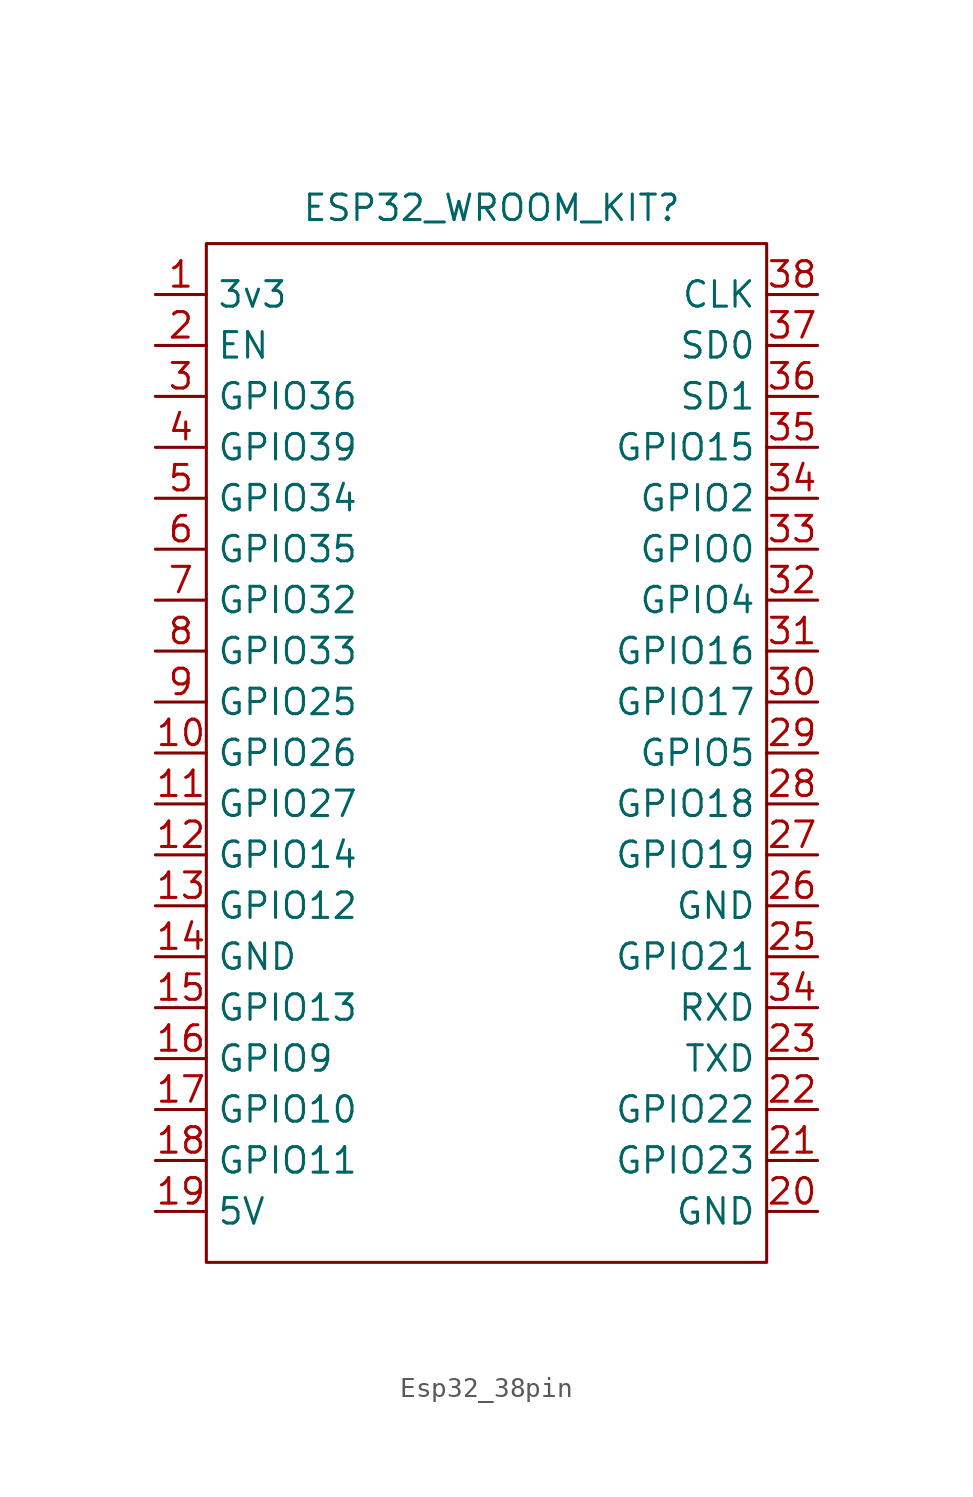
<source format=kicad_sym>
(kicad_symbol_lib
  (version 20231120)
  (generator "kicad_symbol_editor")
  (generator_version "8.0")
  (symbol "Esp32_38pin"
    (property "Reference" "ESP32_WROOM_KIT"
      (at 0.254 14.478 0)
      (effects (font (size 1.27 1.27))))
    (property "Value" ""
      (at 0 0 0)
      (effects (font (size 1.27 1.27))))
    (symbol "Esp32_38pin_0_1"
      (rectangle (start -13.97 12.7) (end 13.97 -38.1) (stroke (width 0) (type default)) (fill (type none))))
    (symbol "Esp32_38pin_1_1"
      (pin power_in line (at -16.51 10.16 0) (length 2.54) (name "3v3" (effects (font (size 1.27 1.27)))) (number "1" (effects (font (size 1.27 1.27)))))
      (pin bidirectional line (at -16.51 -12.7 0) (length 2.54) (name "GPIO26" (effects (font (size 1.27 1.27)))) (number "10" (effects (font (size 1.27 1.27)))))
      (pin bidirectional line (at -16.51 -15.24 0) (length 2.54) (name "GPIO27" (effects (font (size 1.27 1.27)))) (number "11" (effects (font (size 1.27 1.27)))))
      (pin bidirectional line (at -16.51 -17.78 0) (length 2.54) (name "GPIO14" (effects (font (size 1.27 1.27)))) (number "12" (effects (font (size 1.27 1.27)))))
      (pin bidirectional line (at -16.51 -20.32 0) (length 2.54) (name "GPIO12" (effects (font (size 1.27 1.27)))) (number "13" (effects (font (size 1.27 1.27)))))
      (pin power_out line (at -16.51 -22.86 0) (length 2.54) (name "GND" (effects (font (size 1.27 1.27)))) (number "14" (effects (font (size 1.27 1.27)))))
      (pin bidirectional line (at -16.51 -25.4 0) (length 2.54) (name "GPIO13" (effects (font (size 1.27 1.27)))) (number "15" (effects (font (size 1.27 1.27)))))
      (pin bidirectional line (at -16.51 -27.94 0) (length 2.54) (name "GPIO9" (effects (font (size 1.27 1.27)))) (number "16" (effects (font (size 1.27 1.27)))))
      (pin bidirectional line (at -16.51 -30.48 0) (length 2.54) (name "GPIO10" (effects (font (size 1.27 1.27)))) (number "17" (effects (font (size 1.27 1.27)))))
      (pin bidirectional line (at -16.51 -33.02 0) (length 2.54) (name "GPIO11" (effects (font (size 1.27 1.27)))) (number "18" (effects (font (size 1.27 1.27)))))
      (pin power_in line (at -16.51 -35.56 0) (length 2.54) (name "5V" (effects (font (size 1.27 1.27)))) (number "19" (effects (font (size 1.27 1.27)))))
      (pin unspecified line (at -16.51 7.62 0) (length 2.54) (name "EN" (effects (font (size 1.27 1.27)))) (number "2" (effects (font (size 1.27 1.27)))))
      (pin bidirectional line (at 16.51 -35.56 180) (length 2.54) (name "GND" (effects (font (size 1.27 1.27)))) (number "20" (effects (font (size 1.27 1.27)))))
      (pin bidirectional line (at 16.51 -33.02 180) (length 2.54) (name "GPIO23" (effects (font (size 1.27 1.27)))) (number "21" (effects (font (size 1.27 1.27)))))
      (pin bidirectional line (at 16.51 -30.48 180) (length 2.54) (name "GPIO22" (effects (font (size 1.27 1.27)))) (number "22" (effects (font (size 1.27 1.27)))))
      (pin bidirectional line (at 16.51 -27.94 180) (length 2.54) (name "TXD" (effects (font (size 1.27 1.27)))) (number "23" (effects (font (size 1.27 1.27)))))
      (pin bidirectional line (at 16.51 -22.86 180) (length 2.54) (name "GPIO21" (effects (font (size 1.27 1.27)))) (number "25" (effects (font (size 1.27 1.27)))))
      (pin bidirectional line (at 16.51 -20.32 180) (length 2.54) (name "GND" (effects (font (size 1.27 1.27)))) (number "26" (effects (font (size 1.27 1.27)))))
      (pin bidirectional line (at 16.51 -17.78 180) (length 2.54) (name "GPIO19" (effects (font (size 1.27 1.27)))) (number "27" (effects (font (size 1.27 1.27)))))
      (pin bidirectional line (at 16.51 -15.24 180) (length 2.54) (name "GPIO18" (effects (font (size 1.27 1.27)))) (number "28" (effects (font (size 1.27 1.27)))))
      (pin bidirectional line (at 16.51 -12.7 180) (length 2.54) (name "GPIO5" (effects (font (size 1.27 1.27)))) (number "29" (effects (font (size 1.27 1.27)))))
      (pin input line (at -16.51 5.08 0) (length 2.54) (name "GPIO36" (effects (font (size 1.27 1.27)))) (number "3" (effects (font (size 1.27 1.27)))))
      (pin bidirectional line (at 16.51 -10.16 180) (length 2.54) (name "GPIO17" (effects (font (size 1.27 1.27)))) (number "30" (effects (font (size 1.27 1.27)))))
      (pin bidirectional line (at 16.51 -7.62 180) (length 2.54) (name "GPIO16" (effects (font (size 1.27 1.27)))) (number "31" (effects (font (size 1.27 1.27)))))
      (pin power_out line (at 16.51 -5.08 180) (length 2.54) (name "GPIO4" (effects (font (size 1.27 1.27)))) (number "32" (effects (font (size 1.27 1.27)))))
      (pin bidirectional line (at 16.51 -2.54 180) (length 2.54) (name "GPIO0" (effects (font (size 1.27 1.27)))) (number "33" (effects (font (size 1.27 1.27)))))
      (pin bidirectional line (at 16.51 0 180) (length 2.54) (name "GPIO2" (effects (font (size 1.27 1.27)))) (number "34" (effects (font (size 1.27 1.27)))))
      (pin bidirectional line (at 16.51 -25.4 180) (length 2.54) (name "RXD" (effects (font (size 1.27 1.27)))) (number "34" (effects (font (size 1.27 1.27)))))
      (pin bidirectional line (at 16.51 2.54 180) (length 2.54) (name "GPIO15" (effects (font (size 1.27 1.27)))) (number "35" (effects (font (size 1.27 1.27)))))
      (pin bidirectional line (at 16.51 5.08 180) (length 2.54) (name "SD1" (effects (font (size 1.27 1.27)))) (number "36" (effects (font (size 1.27 1.27)))))
      (pin bidirectional line (at 16.51 7.62 180) (length 2.54) (name "SD0" (effects (font (size 1.27 1.27)))) (number "37" (effects (font (size 1.27 1.27)))))
      (pin power_out line (at 16.51 10.16 180) (length 2.54) (name "CLK" (effects (font (size 1.27 1.27)))) (number "38" (effects (font (size 1.27 1.27)))))
      (pin input line (at -16.51 2.54 0) (length 2.54) (name "GPIO39" (effects (font (size 1.27 1.27)))) (number "4" (effects (font (size 1.27 1.27)))))
      (pin input line (at -16.51 0 0) (length 2.54) (name "GPIO34" (effects (font (size 1.27 1.27)))) (number "5" (effects (font (size 1.27 1.27)))))
      (pin input line (at -16.51 -2.54 0) (length 2.54) (name "GPIO35" (effects (font (size 1.27 1.27)))) (number "6" (effects (font (size 1.27 1.27)))))
      (pin bidirectional line (at -16.51 -5.08 0) (length 2.54) (name "GPIO32" (effects (font (size 1.27 1.27)))) (number "7" (effects (font (size 1.27 1.27)))))
      (pin bidirectional line (at -16.51 -7.62 0) (length 2.54) (name "GPIO33" (effects (font (size 1.27 1.27)))) (number "8" (effects (font (size 1.27 1.27)))))
      (pin bidirectional line (at -16.51 -10.16 0) (length 2.54) (name "GPIO25" (effects (font (size 1.27 1.27)))) (number "9" (effects (font (size 1.27 1.27))))))))
</source>
